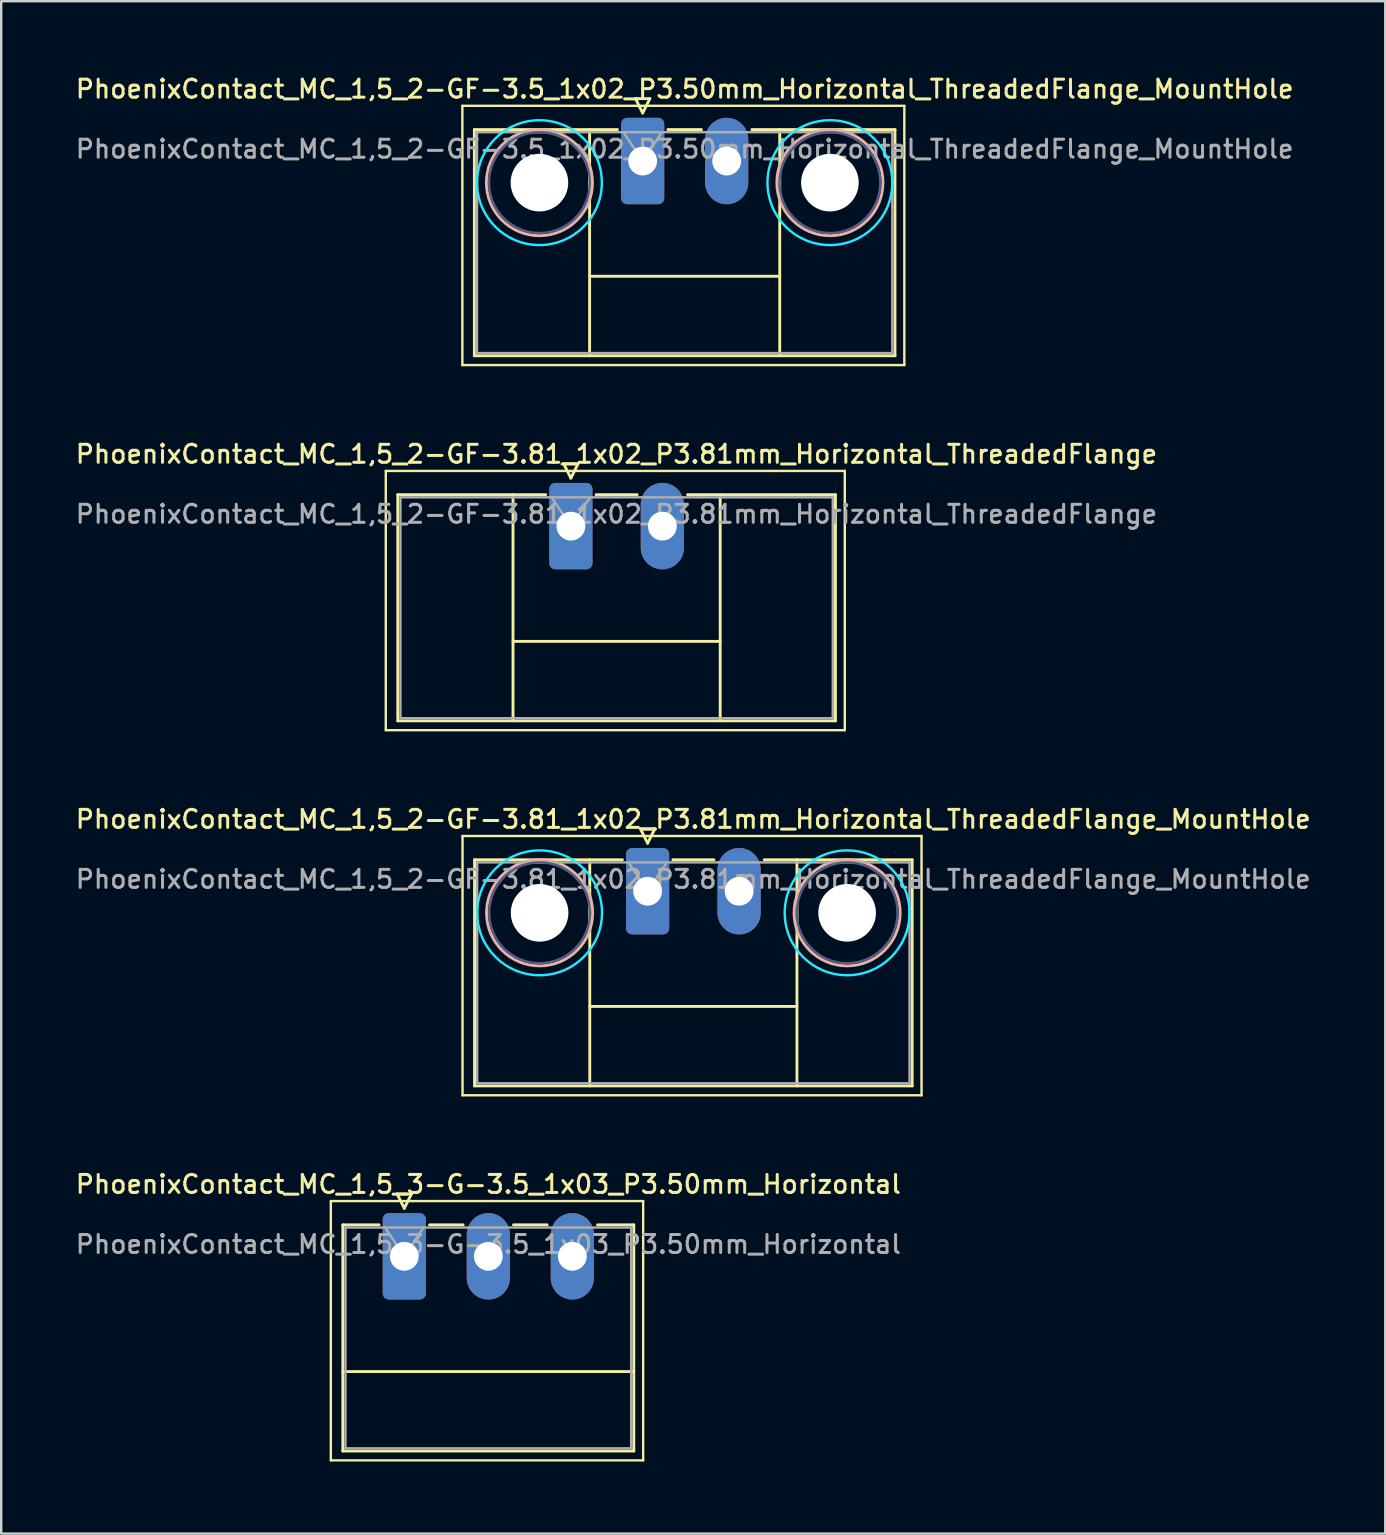
<source format=kicad_pcb>
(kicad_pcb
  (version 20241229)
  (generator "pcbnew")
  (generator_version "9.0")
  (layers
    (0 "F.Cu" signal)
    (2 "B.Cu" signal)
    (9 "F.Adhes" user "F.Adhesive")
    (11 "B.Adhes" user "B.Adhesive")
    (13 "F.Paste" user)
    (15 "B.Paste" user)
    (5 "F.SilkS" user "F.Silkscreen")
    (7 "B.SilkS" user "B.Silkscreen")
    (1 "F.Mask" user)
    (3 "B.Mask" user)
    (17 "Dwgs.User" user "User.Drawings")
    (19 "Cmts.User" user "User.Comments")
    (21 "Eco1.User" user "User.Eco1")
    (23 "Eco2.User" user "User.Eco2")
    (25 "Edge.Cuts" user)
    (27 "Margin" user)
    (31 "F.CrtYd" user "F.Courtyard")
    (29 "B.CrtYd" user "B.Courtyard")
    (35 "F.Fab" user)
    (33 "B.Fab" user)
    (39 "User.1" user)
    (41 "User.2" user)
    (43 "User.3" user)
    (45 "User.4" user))
  (footprint "PhoenixContact_MC_1,5_2-GF-3.81_1x02_P3.81mm_Horizontal_ThreadedFlange_MountHole"
    (layer "F.Cu")
    (at 23.927 34.074)
    (property "Reference" "PhoenixContact_MC_1,5_2-GF-3.81_1x02_P3.81mm_Horizontal_ThreadedFlange_MountHole" (at 1.9 -3 0) (layer "F.SilkS") (effects (font (size 0.75 0.75) (thickness 0.125))))
    (attr through_hole)
    (fp_line (start -7.71 -2.3) (end -7.71 8.5) (stroke (width 0.1) (type solid)) (layer "F.SilkS"))
    (fp_line (start -7.71 8.5) (end 11.41 8.5) (stroke (width 0.1) (type solid)) (layer "F.SilkS"))
    (fp_line (start -7.21 -1.31) (end -7.21 8.11) (stroke (width 0.12) (type solid)) (layer "F.SilkS"))
    (fp_line (start -7.21 -1.31) (end -1.05 -1.31) (stroke (width 0.12) (type solid)) (layer "F.SilkS"))
    (fp_line (start -7.21 8.11) (end 11.02 8.11) (stroke (width 0.12) (type solid)) (layer "F.SilkS"))
    (fp_line (start -2.41 -1.31) (end -2.41 8.11) (stroke (width 0.12) (type solid)) (layer "F.SilkS"))
    (fp_line (start -2.41 4.8) (end 6.22 4.8) (stroke (width 0.12) (type solid)) (layer "F.SilkS"))
    (fp_line (start -0.3 -2.6) (end 0.3 -2.6) (stroke (width 0.12) (type solid)) (layer "F.SilkS"))
    (fp_line (start 0 -2) (end -0.3 -2.6) (stroke (width 0.12) (type solid)) (layer "F.SilkS"))
    (fp_line (start 0.3 -2.6) (end 0 -2) (stroke (width 0.12) (type solid)) (layer "F.SilkS"))
    (fp_line (start 1.05 -1.31) (end 2.76 -1.31) (stroke (width 0.12) (type solid)) (layer "F.SilkS"))
    (fp_line (start 6.22 -1.31) (end 6.22 8.11) (stroke (width 0.12) (type solid)) (layer "F.SilkS"))
    (fp_line (start 11.02 -1.31) (end 4.86 -1.31) (stroke (width 0.12) (type solid)) (layer "F.SilkS"))
    (fp_line (start 11.02 8.11) (end 11.02 -1.31) (stroke (width 0.12) (type solid)) (layer "F.SilkS"))
    (fp_line (start 11.41 -2.3) (end -7.71 -2.3) (stroke (width 0.1) (type solid)) (layer "F.SilkS"))
    (fp_line (start 11.41 8.5) (end 11.41 -2.3) (stroke (width 0.1) (type solid)) (layer "F.SilkS"))
    (fp_circle (center -4.5 0.9) (end -2.29 0.9) (stroke (width 0.12) (type solid)) (fill no) (layer "B.SilkS"))
    (fp_circle (center 8.31 0.9) (end 10.52 0.9) (stroke (width 0.12) (type solid)) (fill no) (layer "B.SilkS"))
    (fp_circle (center -4.5 0.9) (end -1.9 0.9) (stroke (width 0.1) (type solid)) (fill no) (layer "B.CrtYd"))
    (fp_circle (center 8.31 0.9) (end 10.91 0.9) (stroke (width 0.1) (type solid)) (fill no) (layer "B.CrtYd"))
    (fp_circle (center -4.5 0.9) (end -2.4 0.9) (stroke (width 0.1) (type solid)) (fill no) (layer "B.Fab"))
    (fp_circle (center 8.31 0.9) (end 10.41 0.9) (stroke (width 0.1) (type solid)) (fill no) (layer "B.Fab"))
    (fp_line (start -7.1 -1.2) (end -7.1 8) (stroke (width 0.1) (type solid)) (layer "F.Fab"))
    (fp_line (start -7.1 8) (end 10.91 8) (stroke (width 0.1) (type solid)) (layer "F.Fab"))
    (fp_line (start 0 0) (end -0.8 -1.2) (stroke (width 0.1) (type solid)) (layer "F.Fab"))
    (fp_line (start 0.8 -1.2) (end 0 0) (stroke (width 0.1) (type solid)) (layer "F.Fab"))
    (fp_line (start 10.91 -1.2) (end -7.1 -1.2) (stroke (width 0.1) (type solid)) (layer "F.Fab"))
    (fp_line (start 10.91 8) (end 10.91 -1.2) (stroke (width 0.1) (type solid)) (layer "F.Fab"))
    (fp_text user "${REFERENCE}" (at 1.9 -0.5 0) (layer "F.Fab") (effects (font (size 0.75 0.75) (thickness 0.125))))
    (pad "" np_thru_hole circle (at -4.5 0.9) (size 2.4 2.4) (drill 2.4) (layers "*.Cu" "*.Mask"))
    (pad "" np_thru_hole circle (at 8.31 0.9) (size 2.4 2.4) (drill 2.4) (layers "*.Cu" "*.Mask"))
    (pad "1" thru_hole roundrect (at 0 0) (size 1.8 3.6) (drill 1.2) (layers "*.Cu" "*.Mask") (roundrect_rratio 0.139))
    (pad "2" thru_hole oval (at 3.81 0) (size 1.8 3.6) (drill 1.2) (layers "*.Cu" "*.Mask")))
  (footprint "PhoenixContact_MC_1,5_2-GF-3.5_1x02_P3.50mm_Horizontal_ThreadedFlange_MountHole"
    (layer "F.Cu")
    (at 23.72 3.658)
    (property "Reference" "PhoenixContact_MC_1,5_2-GF-3.5_1x02_P3.50mm_Horizontal_ThreadedFlange_MountHole" (at 1.75 -3 0) (layer "F.SilkS") (effects (font (size 0.75 0.75) (thickness 0.125))))
    (attr through_hole)
    (fp_line (start -7.51 -2.3) (end -7.51 8.5) (stroke (width 0.1) (type solid)) (layer "F.SilkS"))
    (fp_line (start -7.51 8.5) (end 10.9 8.5) (stroke (width 0.1) (type solid)) (layer "F.SilkS"))
    (fp_line (start -7.01 -1.31) (end -7.01 8.11) (stroke (width 0.12) (type solid)) (layer "F.SilkS"))
    (fp_line (start -7.01 -1.31) (end -1.05 -1.31) (stroke (width 0.12) (type solid)) (layer "F.SilkS"))
    (fp_line (start -7.01 8.11) (end 10.51 8.11) (stroke (width 0.12) (type solid)) (layer "F.SilkS"))
    (fp_line (start -2.21 -1.31) (end -2.21 8.11) (stroke (width 0.12) (type solid)) (layer "F.SilkS"))
    (fp_line (start -2.21 4.8) (end 5.71 4.8) (stroke (width 0.12) (type solid)) (layer "F.SilkS"))
    (fp_line (start -0.3 -2.6) (end 0.3 -2.6) (stroke (width 0.12) (type solid)) (layer "F.SilkS"))
    (fp_line (start 0 -2) (end -0.3 -2.6) (stroke (width 0.12) (type solid)) (layer "F.SilkS"))
    (fp_line (start 0.3 -2.6) (end 0 -2) (stroke (width 0.12) (type solid)) (layer "F.SilkS"))
    (fp_line (start 1.05 -1.31) (end 2.45 -1.31) (stroke (width 0.12) (type solid)) (layer "F.SilkS"))
    (fp_line (start 5.71 -1.31) (end 5.71 8.11) (stroke (width 0.12) (type solid)) (layer "F.SilkS"))
    (fp_line (start 10.51 -1.31) (end 4.55 -1.31) (stroke (width 0.12) (type solid)) (layer "F.SilkS"))
    (fp_line (start 10.51 8.11) (end 10.51 -1.31) (stroke (width 0.12) (type solid)) (layer "F.SilkS"))
    (fp_line (start 10.9 -2.3) (end -7.51 -2.3) (stroke (width 0.1) (type solid)) (layer "F.SilkS"))
    (fp_line (start 10.9 8.5) (end 10.9 -2.3) (stroke (width 0.1) (type solid)) (layer "F.SilkS"))
    (fp_circle (center -4.3 0.9) (end -2.09 0.9) (stroke (width 0.12) (type solid)) (fill no) (layer "B.SilkS"))
    (fp_circle (center 7.8 0.9) (end 10.01 0.9) (stroke (width 0.12) (type solid)) (fill no) (layer "B.SilkS"))
    (fp_circle (center -4.3 0.9) (end -1.7 0.9) (stroke (width 0.1) (type solid)) (fill no) (layer "B.CrtYd"))
    (fp_circle (center 7.8 0.9) (end 10.4 0.9) (stroke (width 0.1) (type solid)) (fill no) (layer "B.CrtYd"))
    (fp_circle (center -4.3 0.9) (end -2.2 0.9) (stroke (width 0.1) (type solid)) (fill no) (layer "B.Fab"))
    (fp_circle (center 7.8 0.9) (end 9.9 0.9) (stroke (width 0.1) (type solid)) (fill no) (layer "B.Fab"))
    (fp_line (start -6.9 -1.2) (end -6.9 8) (stroke (width 0.1) (type solid)) (layer "F.Fab"))
    (fp_line (start -6.9 8) (end 10.4 8) (stroke (width 0.1) (type solid)) (layer "F.Fab"))
    (fp_line (start 0 0) (end -0.8 -1.2) (stroke (width 0.1) (type solid)) (layer "F.Fab"))
    (fp_line (start 0.8 -1.2) (end 0 0) (stroke (width 0.1) (type solid)) (layer "F.Fab"))
    (fp_line (start 10.4 -1.2) (end -6.9 -1.2) (stroke (width 0.1) (type solid)) (layer "F.Fab"))
    (fp_line (start 10.4 8) (end 10.4 -1.2) (stroke (width 0.1) (type solid)) (layer "F.Fab"))
    (fp_text user "${REFERENCE}" (at 1.75 -0.5 0) (layer "F.Fab") (effects (font (size 0.75 0.75) (thickness 0.125))))
    (pad "" np_thru_hole circle (at -4.3 0.9) (size 2.4 2.4) (drill 2.4) (layers "*.Cu" "*.Mask"))
    (pad "" np_thru_hole circle (at 7.8 0.9) (size 2.4 2.4) (drill 2.4) (layers "*.Cu" "*.Mask"))
    (pad "1" thru_hole roundrect (at 0 0) (size 1.8 3.6) (drill 1.2) (layers "*.Cu" "*.Mask") (roundrect_rratio 0.139))
    (pad "2" thru_hole oval (at 3.5 0) (size 1.8 3.6) (drill 1.2) (layers "*.Cu" "*.Mask")))
  (footprint "PhoenixContact_MC_1,5_2-GF-3.81_1x02_P3.81mm_Horizontal_ThreadedFlange"
    (layer "F.Cu")
    (at 20.73 18.866)
    (property "Reference" "PhoenixContact_MC_1,5_2-GF-3.81_1x02_P3.81mm_Horizontal_ThreadedFlange" (at 1.9 -3 0) (layer "F.SilkS") (effects (font (size 0.75 0.75) (thickness 0.125))))
    (attr through_hole)
    (fp_line (start -7.71 -2.3) (end -7.71 8.5) (stroke (width 0.1) (type solid)) (layer "F.SilkS"))
    (fp_line (start -7.71 8.5) (end 11.41 8.5) (stroke (width 0.1) (type solid)) (layer "F.SilkS"))
    (fp_line (start -7.21 -1.31) (end -7.21 8.11) (stroke (width 0.12) (type solid)) (layer "F.SilkS"))
    (fp_line (start -7.21 -1.31) (end -1.05 -1.31) (stroke (width 0.12) (type solid)) (layer "F.SilkS"))
    (fp_line (start -7.21 8.11) (end 11.02 8.11) (stroke (width 0.12) (type solid)) (layer "F.SilkS"))
    (fp_line (start -2.41 -1.31) (end -2.41 8.11) (stroke (width 0.12) (type solid)) (layer "F.SilkS"))
    (fp_line (start -2.41 4.8) (end 6.22 4.8) (stroke (width 0.12) (type solid)) (layer "F.SilkS"))
    (fp_line (start -0.3 -2.6) (end 0.3 -2.6) (stroke (width 0.12) (type solid)) (layer "F.SilkS"))
    (fp_line (start 0 -2) (end -0.3 -2.6) (stroke (width 0.12) (type solid)) (layer "F.SilkS"))
    (fp_line (start 0.3 -2.6) (end 0 -2) (stroke (width 0.12) (type solid)) (layer "F.SilkS"))
    (fp_line (start 1.05 -1.31) (end 2.76 -1.31) (stroke (width 0.12) (type solid)) (layer "F.SilkS"))
    (fp_line (start 6.22 -1.31) (end 6.22 8.11) (stroke (width 0.12) (type solid)) (layer "F.SilkS"))
    (fp_line (start 11.02 -1.31) (end 4.86 -1.31) (stroke (width 0.12) (type solid)) (layer "F.SilkS"))
    (fp_line (start 11.02 8.11) (end 11.02 -1.31) (stroke (width 0.12) (type solid)) (layer "F.SilkS"))
    (fp_line (start 11.41 -2.3) (end -7.71 -2.3) (stroke (width 0.1) (type solid)) (layer "F.SilkS"))
    (fp_line (start 11.41 8.5) (end 11.41 -2.3) (stroke (width 0.1) (type solid)) (layer "F.SilkS"))
    (fp_line (start -7.1 -1.2) (end -7.1 8) (stroke (width 0.1) (type solid)) (layer "F.Fab"))
    (fp_line (start -7.1 8) (end 10.91 8) (stroke (width 0.1) (type solid)) (layer "F.Fab"))
    (fp_line (start 0 0) (end -0.8 -1.2) (stroke (width 0.1) (type solid)) (layer "F.Fab"))
    (fp_line (start 0.8 -1.2) (end 0 0) (stroke (width 0.1) (type solid)) (layer "F.Fab"))
    (fp_line (start 10.91 -1.2) (end -7.1 -1.2) (stroke (width 0.1) (type solid)) (layer "F.Fab"))
    (fp_line (start 10.91 8) (end 10.91 -1.2) (stroke (width 0.1) (type solid)) (layer "F.Fab"))
    (fp_text user "${REFERENCE}" (at 1.9 -0.5 0) (layer "F.Fab") (effects (font (size 0.75 0.75) (thickness 0.125))))
    (pad "1" thru_hole roundrect (at 0 0) (size 1.8 3.6) (drill 1.2) (layers "*.Cu" "*.Mask") (roundrect_rratio 0.139))
    (pad "2" thru_hole oval (at 3.81 0) (size 1.8 3.6) (drill 1.2) (layers "*.Cu" "*.Mask")))
  (footprint "PhoenixContact_MC_1,5_3-G-3.5_1x03_P3.50mm_Horizontal"
    (layer "F.Cu")
    (at 13.791 49.282)
    (property "Reference" "PhoenixContact_MC_1,5_3-G-3.5_1x03_P3.50mm_Horizontal" (at 3.5 -3 0) (layer "F.SilkS") (effects (font (size 0.75 0.75) (thickness 0.125))))
    (attr through_hole)
    (fp_line (start -3.06 -2.3) (end -3.06 8.5) (stroke (width 0.1) (type solid)) (layer "F.SilkS"))
    (fp_line (start -3.06 8.5) (end 9.95 8.5) (stroke (width 0.1) (type solid)) (layer "F.SilkS"))
    (fp_line (start -2.56 -1.31) (end -2.56 8.11) (stroke (width 0.12) (type solid)) (layer "F.SilkS"))
    (fp_line (start -2.56 -1.31) (end -1.05 -1.31) (stroke (width 0.12) (type solid)) (layer "F.SilkS"))
    (fp_line (start -2.56 4.8) (end 9.56 4.8) (stroke (width 0.12) (type solid)) (layer "F.SilkS"))
    (fp_line (start -2.56 8.11) (end 9.56 8.11) (stroke (width 0.12) (type solid)) (layer "F.SilkS"))
    (fp_line (start -0.3 -2.6) (end 0.3 -2.6) (stroke (width 0.12) (type solid)) (layer "F.SilkS"))
    (fp_line (start 0 -2) (end -0.3 -2.6) (stroke (width 0.12) (type solid)) (layer "F.SilkS"))
    (fp_line (start 0.3 -2.6) (end 0 -2) (stroke (width 0.12) (type solid)) (layer "F.SilkS"))
    (fp_line (start 1.05 -1.31) (end 2.45 -1.31) (stroke (width 0.12) (type solid)) (layer "F.SilkS"))
    (fp_line (start 4.55 -1.31) (end 5.95 -1.31) (stroke (width 0.12) (type solid)) (layer "F.SilkS"))
    (fp_line (start 9.56 -1.31) (end 8.05 -1.31) (stroke (width 0.12) (type solid)) (layer "F.SilkS"))
    (fp_line (start 9.56 8.11) (end 9.56 -1.31) (stroke (width 0.12) (type solid)) (layer "F.SilkS"))
    (fp_line (start 9.95 -2.3) (end -3.06 -2.3) (stroke (width 0.1) (type solid)) (layer "F.SilkS"))
    (fp_line (start 9.95 8.5) (end 9.95 -2.3) (stroke (width 0.1) (type solid)) (layer "F.SilkS"))
    (fp_line (start -2.45 -1.2) (end -2.45 8) (stroke (width 0.1) (type solid)) (layer "F.Fab"))
    (fp_line (start -2.45 8) (end 9.45 8) (stroke (width 0.1) (type solid)) (layer "F.Fab"))
    (fp_line (start 0 0) (end -0.8 -1.2) (stroke (width 0.1) (type solid)) (layer "F.Fab"))
    (fp_line (start 0.8 -1.2) (end 0 0) (stroke (width 0.1) (type solid)) (layer "F.Fab"))
    (fp_line (start 9.45 -1.2) (end -2.45 -1.2) (stroke (width 0.1) (type solid)) (layer "F.Fab"))
    (fp_line (start 9.45 8) (end 9.45 -1.2) (stroke (width 0.1) (type solid)) (layer "F.Fab"))
    (fp_text user "${REFERENCE}" (at 3.5 -0.5 0) (layer "F.Fab") (effects (font (size 0.75 0.75) (thickness 0.125))))
    (pad "1" thru_hole roundrect (at 0 0) (size 1.8 3.6) (drill 1.2) (layers "*.Cu" "*.Mask") (roundrect_rratio 0.139))
    (pad "2" thru_hole oval (at 3.5 0) (size 1.8 3.6) (drill 1.2) (layers "*.Cu" "*.Mask"))
    (pad "3" thru_hole oval (at 7 0) (size 1.8 3.6) (drill 1.2) (layers "*.Cu" "*.Mask")))
  (gr_rect
    (start -3 -3)
    (end 54.654 60.833)
    (stroke (width 0.1) (type default))
    (fill no)
    (layer "Edge.Cuts")))
</source>
